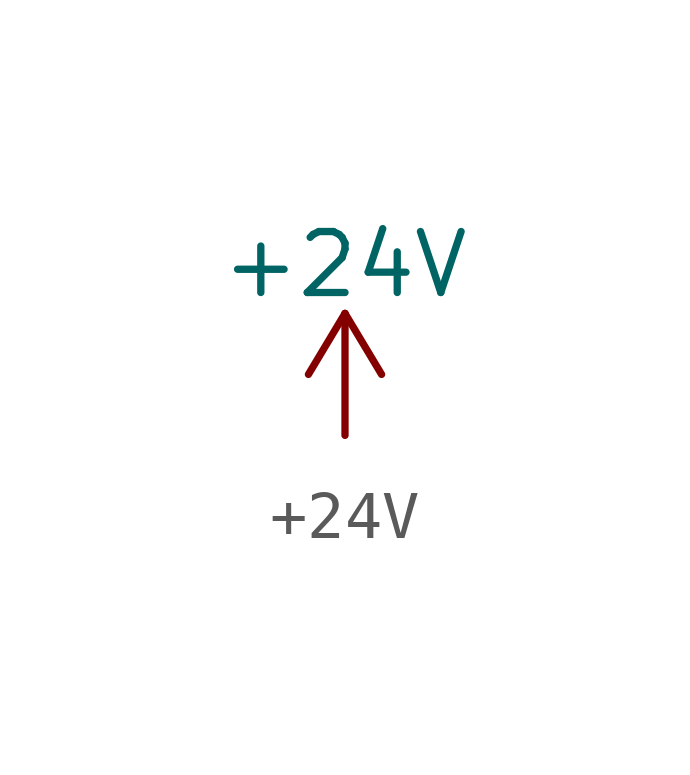
<source format=kicad_sym>
(kicad_symbol_lib
  (version 20220914)
  (generator kicad_symbol_editor)
  (symbol "+24V"
    (power)
    (pin_names
      (offset 0))
    (property "Reference" "#PWR"
      (at 0 -3.81 0)
      (effects (font (size 1.27 1.27)) hide))
    (property "Value" "+24V"
      (at 0 3.556 0)
      (effects (font (size 1.27 1.27))))
    (symbol "+24V_0_1"
      (polyline (pts (xy -0.762 1.27) (xy 0 2.54)) (stroke (width 0) (type default)) (fill (type none)))
      (polyline (pts (xy 0 0) (xy 0 2.54)) (stroke (width 0) (type default)) (fill (type none)))
      (polyline (pts (xy 0 2.54) (xy 0.762 1.27)) (stroke (width 0) (type default)) (fill (type none))))
    (symbol "+24V_1_1"
      (pin power_in line (at 0 0 90) (length 0) hide (name "+24V" (effects (font (size 1.27 1.27)))) (number "1" (effects (font (size 1.27 1.27))))))))
</source>
